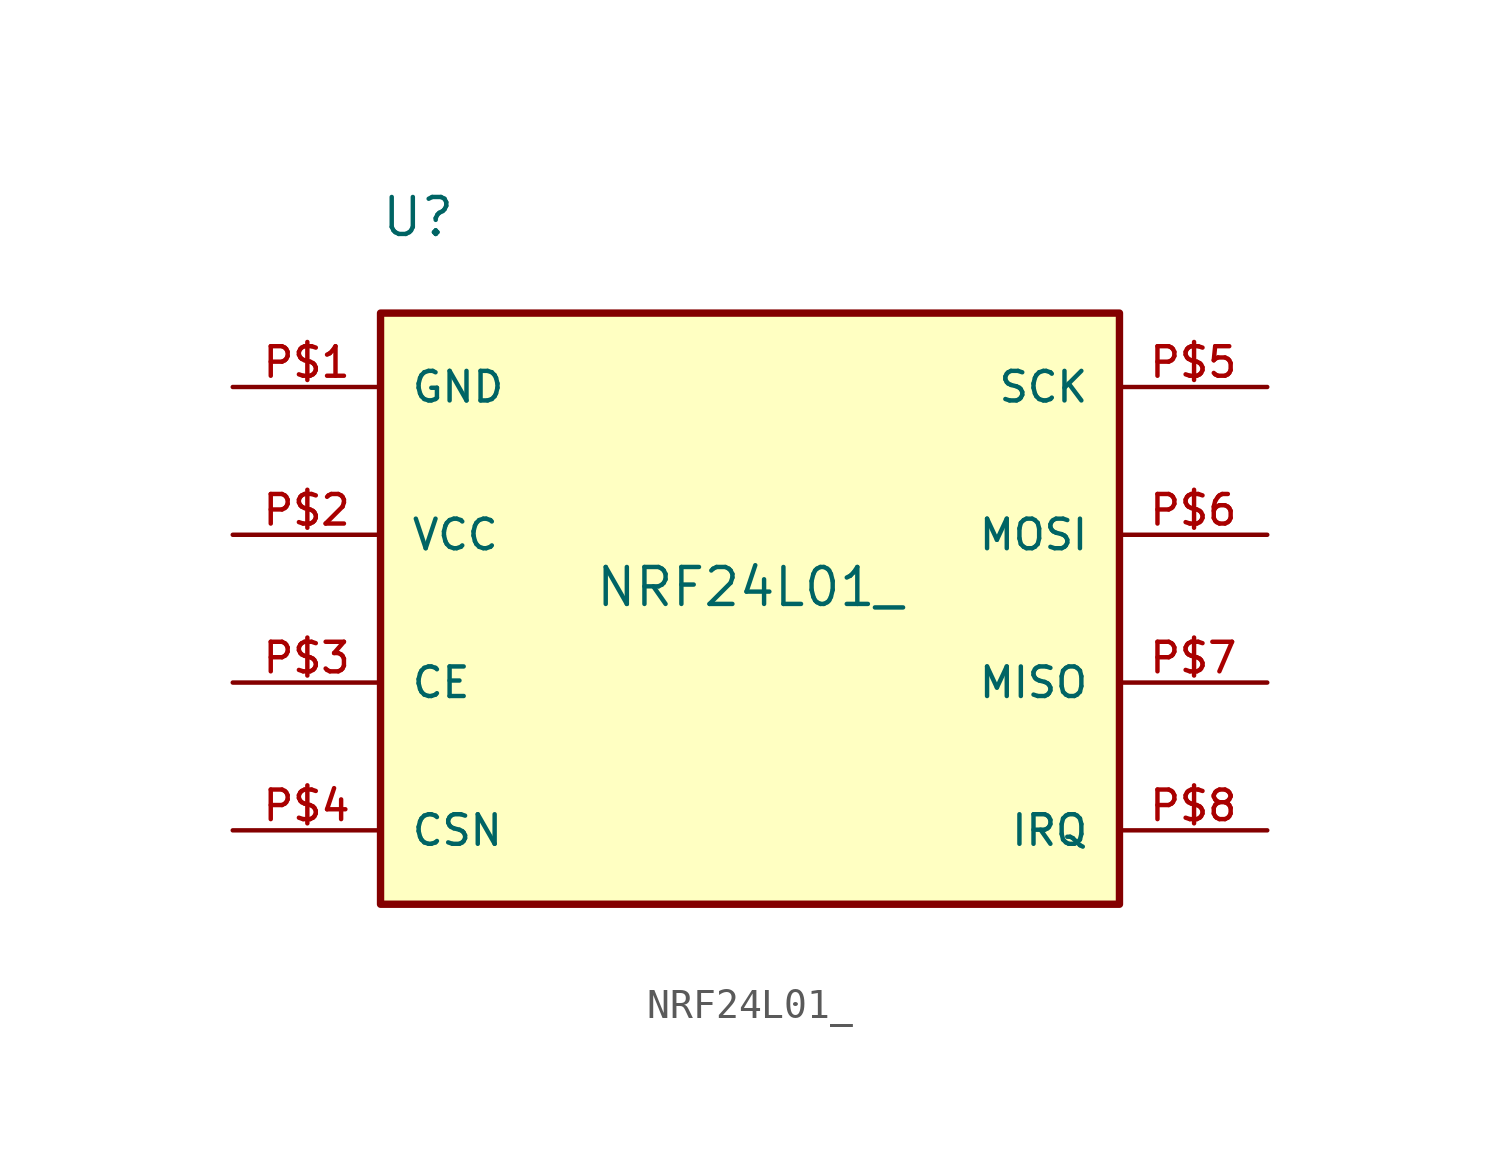
<source format=kicad_sym>
(kicad_symbol_lib
  (version 20211014)
  (generator kicad_symbol_editor)
  (symbol "NRF24L01_"
    (pin_names
      (offset 1.016))
    (property "Reference" "U"
      (at -12.718 12.718 0)
      (effects (font (size 1.27 1.27)) (justify bottom left)))
    (property "Value" "NRF24L01_"
      (at 0 0.0 0)
      (effects (font (size 1.27 1.27)) (justify bottom)))
    (symbol "NRF24L01__0_0"
      (rectangle (start -12.7 -10.16) (end 12.7 10.16) (stroke (width 0.254)) (fill (type background)))
      (pin power_in line (at -17.78 7.62 0) (length 5.08) (name "GND" (effects (font (size 1.016 1.016)))) (number "P$1" (effects (font (size 1.016 1.016)))))
      (pin power_in line (at -17.78 2.54 0) (length 5.08) (name "VCC" (effects (font (size 1.016 1.016)))) (number "P$2" (effects (font (size 1.016 1.016)))))
      (pin bidirectional line (at -17.78 -2.54 0) (length 5.08) (name "CE" (effects (font (size 1.016 1.016)))) (number "P$3" (effects (font (size 1.016 1.016)))))
      (pin bidirectional line (at -17.78 -7.62 0) (length 5.08) (name "CSN" (effects (font (size 1.016 1.016)))) (number "P$4" (effects (font (size 1.016 1.016)))))
      (pin bidirectional line (at 17.78 7.62 180.0) (length 5.08) (name "SCK" (effects (font (size 1.016 1.016)))) (number "P$5" (effects (font (size 1.016 1.016)))))
      (pin bidirectional line (at 17.78 2.54 180.0) (length 5.08) (name "MOSI" (effects (font (size 1.016 1.016)))) (number "P$6" (effects (font (size 1.016 1.016)))))
      (pin bidirectional line (at 17.78 -2.54 180.0) (length 5.08) (name "MISO" (effects (font (size 1.016 1.016)))) (number "P$7" (effects (font (size 1.016 1.016)))))
      (pin bidirectional line (at 17.78 -7.62 180.0) (length 5.08) (name "IRQ" (effects (font (size 1.016 1.016)))) (number "P$8" (effects (font (size 1.016 1.016))))))))
</source>
